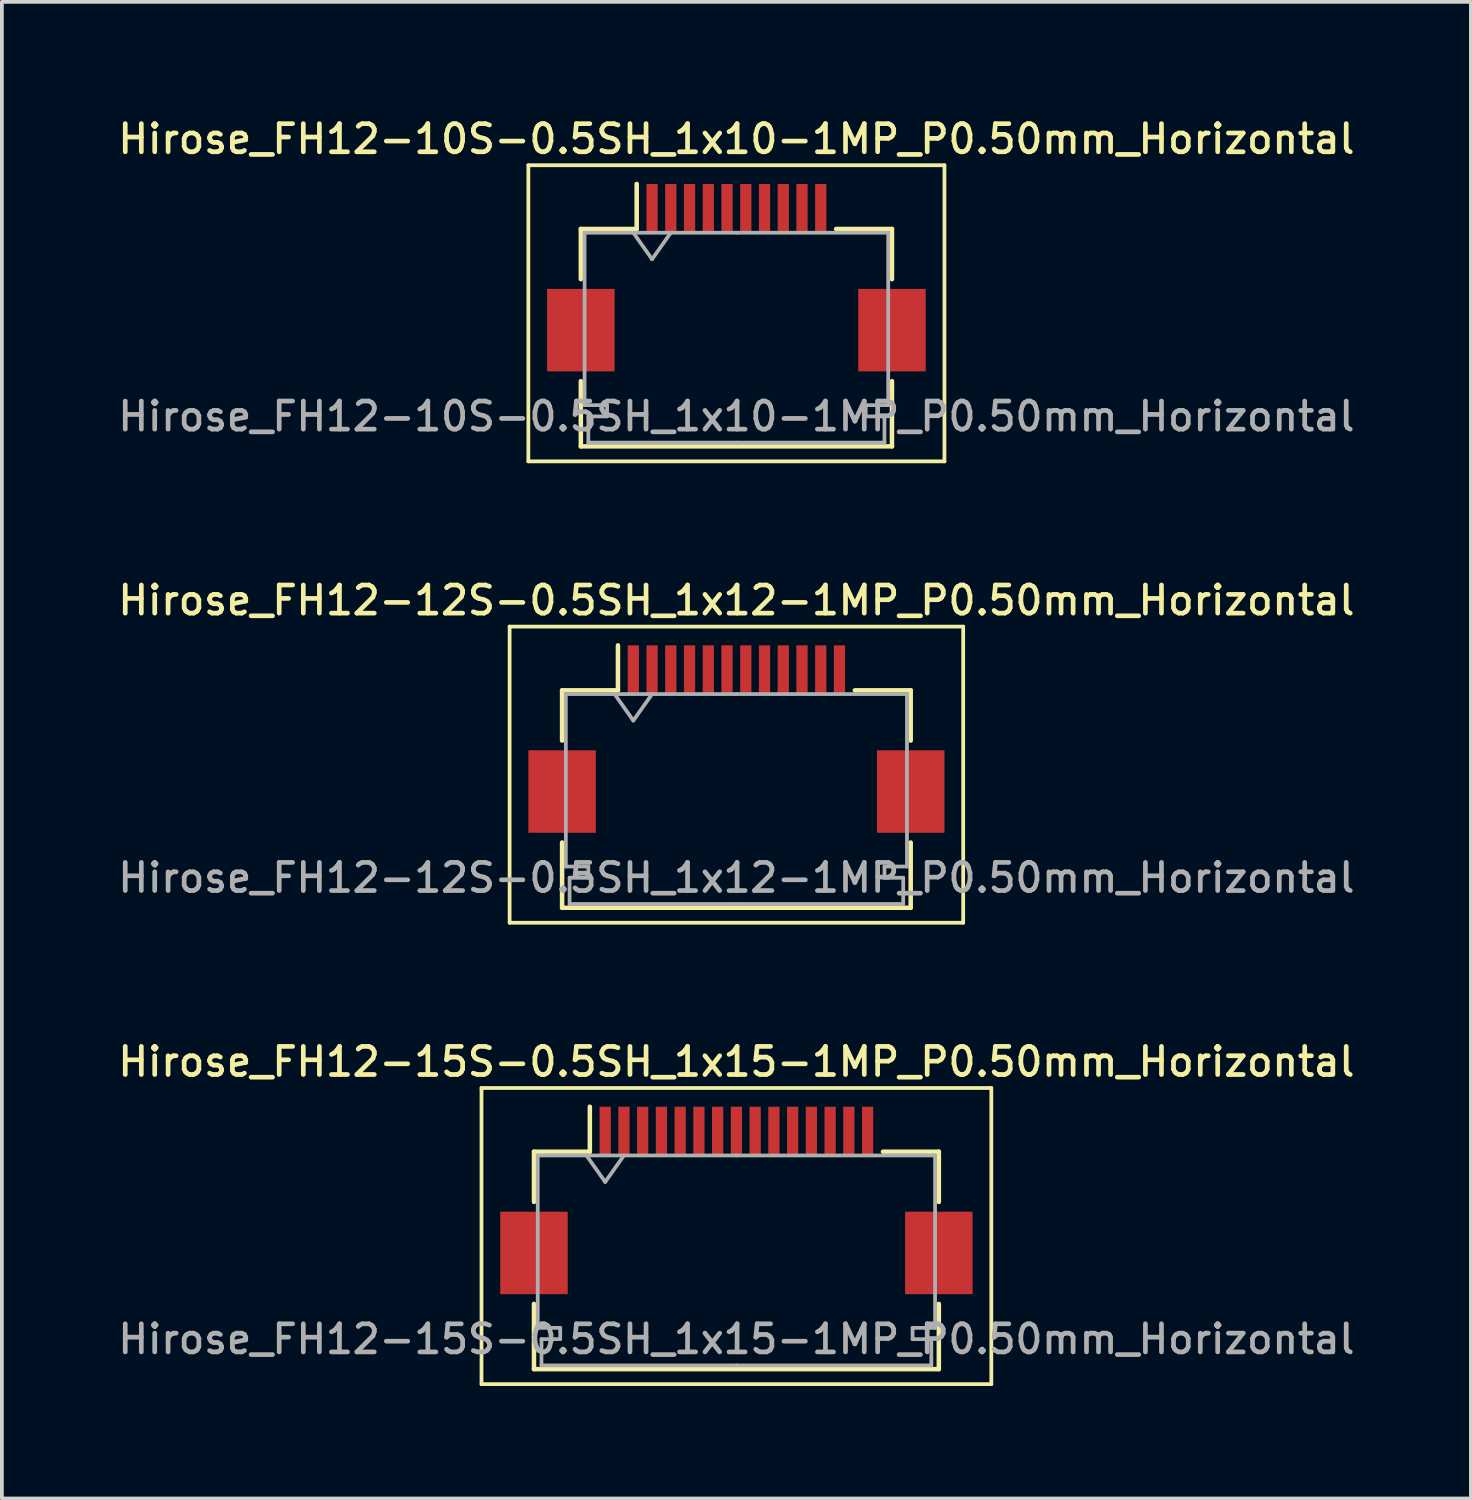
<source format=kicad_pcb>
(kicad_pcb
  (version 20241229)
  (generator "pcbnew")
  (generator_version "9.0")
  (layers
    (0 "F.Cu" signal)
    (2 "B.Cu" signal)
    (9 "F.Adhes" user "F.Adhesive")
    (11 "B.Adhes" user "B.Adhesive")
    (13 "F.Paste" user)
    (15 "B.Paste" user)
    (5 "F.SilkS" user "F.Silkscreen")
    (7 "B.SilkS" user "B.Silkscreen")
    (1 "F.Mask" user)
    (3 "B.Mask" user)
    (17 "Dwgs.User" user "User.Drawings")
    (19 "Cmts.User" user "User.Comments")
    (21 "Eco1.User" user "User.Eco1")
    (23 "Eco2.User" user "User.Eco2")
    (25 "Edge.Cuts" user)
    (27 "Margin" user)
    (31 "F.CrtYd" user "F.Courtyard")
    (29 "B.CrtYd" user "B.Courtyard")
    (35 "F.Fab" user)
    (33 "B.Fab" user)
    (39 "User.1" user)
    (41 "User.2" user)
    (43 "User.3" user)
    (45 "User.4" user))
  (footprint "Hirose_FH12-10S-0.5SH_1x10-1MP_P0.50mm_Horizontal"
    (layer "F.Cu")
    (at 16.595 4.358)
    (property "Reference" "Hirose_FH12-10S-0.5SH_1x10-1MP_P0.50mm_Horizontal" (at 0 -3.7 0) (layer "F.SilkS") (effects (font (size 0.75 0.75) (thickness 0.125))))
    (attr smd)
    (fp_line (start -5.55 -3) (end -5.55 4.9) (stroke (width 0.1) (type solid)) (layer "F.SilkS"))
    (fp_line (start -5.55 4.9) (end 5.55 4.9) (stroke (width 0.1) (type solid)) (layer "F.SilkS"))
    (fp_line (start -4.15 -1.3) (end -4.15 0.04) (stroke (width 0.12) (type solid)) (layer "F.SilkS"))
    (fp_line (start -4.15 2.76) (end -4.15 4.5) (stroke (width 0.12) (type solid)) (layer "F.SilkS"))
    (fp_line (start -4.15 4.5) (end 4.15 4.5) (stroke (width 0.12) (type solid)) (layer "F.SilkS"))
    (fp_line (start -2.66 -1.3) (end -4.15 -1.3) (stroke (width 0.12) (type solid)) (layer "F.SilkS"))
    (fp_line (start -2.66 -1.3) (end -2.66 -2.5) (stroke (width 0.12) (type solid)) (layer "F.SilkS"))
    (fp_line (start 2.66 -1.3) (end 4.15 -1.3) (stroke (width 0.12) (type solid)) (layer "F.SilkS"))
    (fp_line (start 4.15 -1.3) (end 4.15 0.04) (stroke (width 0.12) (type solid)) (layer "F.SilkS"))
    (fp_line (start 4.15 4.5) (end 4.15 2.76) (stroke (width 0.12) (type solid)) (layer "F.SilkS"))
    (fp_line (start 5.55 -3) (end -5.55 -3) (stroke (width 0.1) (type solid)) (layer "F.SilkS"))
    (fp_line (start 5.55 4.9) (end 5.55 -3) (stroke (width 0.1) (type solid)) (layer "F.SilkS"))
    (fp_line (start -4.05 -1.2) (end -4.05 3.4) (stroke (width 0.1) (type solid)) (layer "F.Fab"))
    (fp_line (start -4.05 3.4) (end -3.45 3.4) (stroke (width 0.1) (type solid)) (layer "F.Fab"))
    (fp_line (start -3.95 3.7) (end -3.95 4.4) (stroke (width 0.1) (type solid)) (layer "F.Fab"))
    (fp_line (start -3.95 4.4) (end 0 4.4) (stroke (width 0.1) (type solid)) (layer "F.Fab"))
    (fp_line (start -3.45 3.4) (end -3.45 3.7) (stroke (width 0.1) (type solid)) (layer "F.Fab"))
    (fp_line (start -3.45 3.7) (end -3.95 3.7) (stroke (width 0.1) (type solid)) (layer "F.Fab"))
    (fp_line (start -2.75 -1.2) (end -2.25 -0.493) (stroke (width 0.1) (type solid)) (layer "F.Fab"))
    (fp_line (start -2.25 -0.493) (end -1.75 -1.2) (stroke (width 0.1) (type solid)) (layer "F.Fab"))
    (fp_line (start 0 -1.2) (end -4.05 -1.2) (stroke (width 0.1) (type solid)) (layer "F.Fab"))
    (fp_line (start 0 -1.2) (end 4.05 -1.2) (stroke (width 0.1) (type solid)) (layer "F.Fab"))
    (fp_line (start 3.45 3.4) (end 3.45 3.7) (stroke (width 0.1) (type solid)) (layer "F.Fab"))
    (fp_line (start 3.45 3.7) (end 3.95 3.7) (stroke (width 0.1) (type solid)) (layer "F.Fab"))
    (fp_line (start 3.95 3.7) (end 3.95 4.4) (stroke (width 0.1) (type solid)) (layer "F.Fab"))
    (fp_line (start 3.95 4.4) (end 0 4.4) (stroke (width 0.1) (type solid)) (layer "F.Fab"))
    (fp_line (start 4.05 -1.2) (end 4.05 3.4) (stroke (width 0.1) (type solid)) (layer "F.Fab"))
    (fp_line (start 4.05 3.4) (end 3.45 3.4) (stroke (width 0.1) (type solid)) (layer "F.Fab"))
    (fp_text user "${REFERENCE}" (at 0 3.7 0) (layer "F.Fab") (effects (font (size 0.75 0.75) (thickness 0.125))))
    (pad "1" smd rect (at -2.25 -1.85) (size 0.3 1.3) (layers "F.Cu" "F.Mask" "F.Paste"))
    (pad "2" smd rect (at -1.75 -1.85) (size 0.3 1.3) (layers "F.Cu" "F.Mask" "F.Paste"))
    (pad "3" smd rect (at -1.25 -1.85) (size 0.3 1.3) (layers "F.Cu" "F.Mask" "F.Paste"))
    (pad "4" smd rect (at -0.75 -1.85) (size 0.3 1.3) (layers "F.Cu" "F.Mask" "F.Paste"))
    (pad "5" smd rect (at -0.25 -1.85) (size 0.3 1.3) (layers "F.Cu" "F.Mask" "F.Paste"))
    (pad "6" smd rect (at 0.25 -1.85) (size 0.3 1.3) (layers "F.Cu" "F.Mask" "F.Paste"))
    (pad "7" smd rect (at 0.75 -1.85) (size 0.3 1.3) (layers "F.Cu" "F.Mask" "F.Paste"))
    (pad "8" smd rect (at 1.25 -1.85) (size 0.3 1.3) (layers "F.Cu" "F.Mask" "F.Paste"))
    (pad "9" smd rect (at 1.75 -1.85) (size 0.3 1.3) (layers "F.Cu" "F.Mask" "F.Paste"))
    (pad "10" smd rect (at 2.25 -1.85) (size 0.3 1.3) (layers "F.Cu" "F.Mask" "F.Paste"))
    (pad "MP" smd rect (at -4.15 1.4) (size 1.8 2.2) (layers "F.Cu" "F.Mask" "F.Paste"))
    (pad "MP" smd rect (at 4.15 1.4) (size 1.8 2.2) (layers "F.Cu" "F.Mask" "F.Paste")))
  (footprint "Hirose_FH12-12S-0.5SH_1x12-1MP_P0.50mm_Horizontal"
    (layer "F.Cu")
    (at 16.595 16.666)
    (property "Reference" "Hirose_FH12-12S-0.5SH_1x12-1MP_P0.50mm_Horizontal" (at 0 -3.7 0) (layer "F.SilkS") (effects (font (size 0.75 0.75) (thickness 0.125))))
    (attr smd)
    (fp_line (start -6.05 -3) (end -6.05 4.9) (stroke (width 0.1) (type solid)) (layer "F.SilkS"))
    (fp_line (start -6.05 4.9) (end 6.05 4.9) (stroke (width 0.1) (type solid)) (layer "F.SilkS"))
    (fp_line (start -4.65 -1.3) (end -4.65 0.04) (stroke (width 0.12) (type solid)) (layer "F.SilkS"))
    (fp_line (start -4.65 2.76) (end -4.65 4.5) (stroke (width 0.12) (type solid)) (layer "F.SilkS"))
    (fp_line (start -4.65 4.5) (end 4.65 4.5) (stroke (width 0.12) (type solid)) (layer "F.SilkS"))
    (fp_line (start -3.16 -1.3) (end -4.65 -1.3) (stroke (width 0.12) (type solid)) (layer "F.SilkS"))
    (fp_line (start -3.16 -1.3) (end -3.16 -2.5) (stroke (width 0.12) (type solid)) (layer "F.SilkS"))
    (fp_line (start 3.16 -1.3) (end 4.65 -1.3) (stroke (width 0.12) (type solid)) (layer "F.SilkS"))
    (fp_line (start 4.65 -1.3) (end 4.65 0.04) (stroke (width 0.12) (type solid)) (layer "F.SilkS"))
    (fp_line (start 4.65 4.5) (end 4.65 2.76) (stroke (width 0.12) (type solid)) (layer "F.SilkS"))
    (fp_line (start 6.05 -3) (end -6.05 -3) (stroke (width 0.1) (type solid)) (layer "F.SilkS"))
    (fp_line (start 6.05 4.9) (end 6.05 -3) (stroke (width 0.1) (type solid)) (layer "F.SilkS"))
    (fp_line (start -4.55 -1.2) (end -4.55 3.4) (stroke (width 0.1) (type solid)) (layer "F.Fab"))
    (fp_line (start -4.55 3.4) (end -3.95 3.4) (stroke (width 0.1) (type solid)) (layer "F.Fab"))
    (fp_line (start -4.45 3.7) (end -4.45 4.4) (stroke (width 0.1) (type solid)) (layer "F.Fab"))
    (fp_line (start -4.45 4.4) (end 0 4.4) (stroke (width 0.1) (type solid)) (layer "F.Fab"))
    (fp_line (start -3.95 3.4) (end -3.95 3.7) (stroke (width 0.1) (type solid)) (layer "F.Fab"))
    (fp_line (start -3.95 3.7) (end -4.45 3.7) (stroke (width 0.1) (type solid)) (layer "F.Fab"))
    (fp_line (start -3.25 -1.2) (end -2.75 -0.493) (stroke (width 0.1) (type solid)) (layer "F.Fab"))
    (fp_line (start -2.75 -0.493) (end -2.25 -1.2) (stroke (width 0.1) (type solid)) (layer "F.Fab"))
    (fp_line (start 0 -1.2) (end -4.55 -1.2) (stroke (width 0.1) (type solid)) (layer "F.Fab"))
    (fp_line (start 0 -1.2) (end 4.55 -1.2) (stroke (width 0.1) (type solid)) (layer "F.Fab"))
    (fp_line (start 3.95 3.4) (end 3.95 3.7) (stroke (width 0.1) (type solid)) (layer "F.Fab"))
    (fp_line (start 3.95 3.7) (end 4.45 3.7) (stroke (width 0.1) (type solid)) (layer "F.Fab"))
    (fp_line (start 4.45 3.7) (end 4.45 4.4) (stroke (width 0.1) (type solid)) (layer "F.Fab"))
    (fp_line (start 4.45 4.4) (end 0 4.4) (stroke (width 0.1) (type solid)) (layer "F.Fab"))
    (fp_line (start 4.55 -1.2) (end 4.55 3.4) (stroke (width 0.1) (type solid)) (layer "F.Fab"))
    (fp_line (start 4.55 3.4) (end 3.95 3.4) (stroke (width 0.1) (type solid)) (layer "F.Fab"))
    (fp_text user "${REFERENCE}" (at 0 3.7 0) (layer "F.Fab") (effects (font (size 0.75 0.75) (thickness 0.125))))
    (pad "1" smd rect (at -2.75 -1.85) (size 0.3 1.3) (layers "F.Cu" "F.Mask" "F.Paste"))
    (pad "2" smd rect (at -2.25 -1.85) (size 0.3 1.3) (layers "F.Cu" "F.Mask" "F.Paste"))
    (pad "3" smd rect (at -1.75 -1.85) (size 0.3 1.3) (layers "F.Cu" "F.Mask" "F.Paste"))
    (pad "4" smd rect (at -1.25 -1.85) (size 0.3 1.3) (layers "F.Cu" "F.Mask" "F.Paste"))
    (pad "5" smd rect (at -0.75 -1.85) (size 0.3 1.3) (layers "F.Cu" "F.Mask" "F.Paste"))
    (pad "6" smd rect (at -0.25 -1.85) (size 0.3 1.3) (layers "F.Cu" "F.Mask" "F.Paste"))
    (pad "7" smd rect (at 0.25 -1.85) (size 0.3 1.3) (layers "F.Cu" "F.Mask" "F.Paste"))
    (pad "8" smd rect (at 0.75 -1.85) (size 0.3 1.3) (layers "F.Cu" "F.Mask" "F.Paste"))
    (pad "9" smd rect (at 1.25 -1.85) (size 0.3 1.3) (layers "F.Cu" "F.Mask" "F.Paste"))
    (pad "10" smd rect (at 1.75 -1.85) (size 0.3 1.3) (layers "F.Cu" "F.Mask" "F.Paste"))
    (pad "11" smd rect (at 2.25 -1.85) (size 0.3 1.3) (layers "F.Cu" "F.Mask" "F.Paste"))
    (pad "12" smd rect (at 2.75 -1.85) (size 0.3 1.3) (layers "F.Cu" "F.Mask" "F.Paste"))
    (pad "MP" smd rect (at -4.65 1.4) (size 1.8 2.2) (layers "F.Cu" "F.Mask" "F.Paste"))
    (pad "MP" smd rect (at 4.65 1.4) (size 1.8 2.2) (layers "F.Cu" "F.Mask" "F.Paste")))
  (footprint "Hirose_FH12-15S-0.5SH_1x15-1MP_P0.50mm_Horizontal"
    (layer "F.Cu")
    (at 16.595 28.974)
    (property "Reference" "Hirose_FH12-15S-0.5SH_1x15-1MP_P0.50mm_Horizontal" (at 0 -3.7 0) (layer "F.SilkS") (effects (font (size 0.75 0.75) (thickness 0.125))))
    (attr smd)
    (fp_line (start -6.8 -3) (end -6.8 4.9) (stroke (width 0.1) (type solid)) (layer "F.SilkS"))
    (fp_line (start -6.8 4.9) (end 6.8 4.9) (stroke (width 0.1) (type solid)) (layer "F.SilkS"))
    (fp_line (start -5.4 -1.3) (end -5.4 0.04) (stroke (width 0.12) (type solid)) (layer "F.SilkS"))
    (fp_line (start -5.4 2.76) (end -5.4 4.5) (stroke (width 0.12) (type solid)) (layer "F.SilkS"))
    (fp_line (start -5.4 4.5) (end 5.4 4.5) (stroke (width 0.12) (type solid)) (layer "F.SilkS"))
    (fp_line (start -3.91 -1.3) (end -5.4 -1.3) (stroke (width 0.12) (type solid)) (layer "F.SilkS"))
    (fp_line (start -3.91 -1.3) (end -3.91 -2.5) (stroke (width 0.12) (type solid)) (layer "F.SilkS"))
    (fp_line (start 3.91 -1.3) (end 5.4 -1.3) (stroke (width 0.12) (type solid)) (layer "F.SilkS"))
    (fp_line (start 5.4 -1.3) (end 5.4 0.04) (stroke (width 0.12) (type solid)) (layer "F.SilkS"))
    (fp_line (start 5.4 4.5) (end 5.4 2.76) (stroke (width 0.12) (type solid)) (layer "F.SilkS"))
    (fp_line (start 6.8 -3) (end -6.8 -3) (stroke (width 0.1) (type solid)) (layer "F.SilkS"))
    (fp_line (start 6.8 4.9) (end 6.8 -3) (stroke (width 0.1) (type solid)) (layer "F.SilkS"))
    (fp_line (start -5.3 -1.2) (end -5.3 3.4) (stroke (width 0.1) (type solid)) (layer "F.Fab"))
    (fp_line (start -5.3 3.4) (end -4.7 3.4) (stroke (width 0.1) (type solid)) (layer "F.Fab"))
    (fp_line (start -5.2 3.7) (end -5.2 4.4) (stroke (width 0.1) (type solid)) (layer "F.Fab"))
    (fp_line (start -5.2 4.4) (end 0 4.4) (stroke (width 0.1) (type solid)) (layer "F.Fab"))
    (fp_line (start -4.7 3.4) (end -4.7 3.7) (stroke (width 0.1) (type solid)) (layer "F.Fab"))
    (fp_line (start -4.7 3.7) (end -5.2 3.7) (stroke (width 0.1) (type solid)) (layer "F.Fab"))
    (fp_line (start -4 -1.2) (end -3.5 -0.493) (stroke (width 0.1) (type solid)) (layer "F.Fab"))
    (fp_line (start -3.5 -0.493) (end -3 -1.2) (stroke (width 0.1) (type solid)) (layer "F.Fab"))
    (fp_line (start 0 -1.2) (end -5.3 -1.2) (stroke (width 0.1) (type solid)) (layer "F.Fab"))
    (fp_line (start 0 -1.2) (end 5.3 -1.2) (stroke (width 0.1) (type solid)) (layer "F.Fab"))
    (fp_line (start 4.7 3.4) (end 4.7 3.7) (stroke (width 0.1) (type solid)) (layer "F.Fab"))
    (fp_line (start 4.7 3.7) (end 5.2 3.7) (stroke (width 0.1) (type solid)) (layer "F.Fab"))
    (fp_line (start 5.2 3.7) (end 5.2 4.4) (stroke (width 0.1) (type solid)) (layer "F.Fab"))
    (fp_line (start 5.2 4.4) (end 0 4.4) (stroke (width 0.1) (type solid)) (layer "F.Fab"))
    (fp_line (start 5.3 -1.2) (end 5.3 3.4) (stroke (width 0.1) (type solid)) (layer "F.Fab"))
    (fp_line (start 5.3 3.4) (end 4.7 3.4) (stroke (width 0.1) (type solid)) (layer "F.Fab"))
    (fp_text user "${REFERENCE}" (at 0 3.7 0) (layer "F.Fab") (effects (font (size 0.75 0.75) (thickness 0.125))))
    (pad "1" smd rect (at -3.5 -1.85) (size 0.3 1.3) (layers "F.Cu" "F.Mask" "F.Paste"))
    (pad "2" smd rect (at -3 -1.85) (size 0.3 1.3) (layers "F.Cu" "F.Mask" "F.Paste"))
    (pad "3" smd rect (at -2.5 -1.85) (size 0.3 1.3) (layers "F.Cu" "F.Mask" "F.Paste"))
    (pad "4" smd rect (at -2 -1.85) (size 0.3 1.3) (layers "F.Cu" "F.Mask" "F.Paste"))
    (pad "5" smd rect (at -1.5 -1.85) (size 0.3 1.3) (layers "F.Cu" "F.Mask" "F.Paste"))
    (pad "6" smd rect (at -1 -1.85) (size 0.3 1.3) (layers "F.Cu" "F.Mask" "F.Paste"))
    (pad "7" smd rect (at -0.5 -1.85) (size 0.3 1.3) (layers "F.Cu" "F.Mask" "F.Paste"))
    (pad "8" smd rect (at 0 -1.85) (size 0.3 1.3) (layers "F.Cu" "F.Mask" "F.Paste"))
    (pad "9" smd rect (at 0.5 -1.85) (size 0.3 1.3) (layers "F.Cu" "F.Mask" "F.Paste"))
    (pad "10" smd rect (at 1 -1.85) (size 0.3 1.3) (layers "F.Cu" "F.Mask" "F.Paste"))
    (pad "11" smd rect (at 1.5 -1.85) (size 0.3 1.3) (layers "F.Cu" "F.Mask" "F.Paste"))
    (pad "12" smd rect (at 2 -1.85) (size 0.3 1.3) (layers "F.Cu" "F.Mask" "F.Paste"))
    (pad "13" smd rect (at 2.5 -1.85) (size 0.3 1.3) (layers "F.Cu" "F.Mask" "F.Paste"))
    (pad "14" smd rect (at 3 -1.85) (size 0.3 1.3) (layers "F.Cu" "F.Mask" "F.Paste"))
    (pad "15" smd rect (at 3.5 -1.85) (size 0.3 1.3) (layers "F.Cu" "F.Mask" "F.Paste"))
    (pad "MP" smd rect (at -5.4 1.4) (size 1.8 2.2) (layers "F.Cu" "F.Mask" "F.Paste"))
    (pad "MP" smd rect (at 5.4 1.4) (size 1.8 2.2) (layers "F.Cu" "F.Mask" "F.Paste")))
  (gr_rect
    (start -3 -3)
    (end 36.189 36.924)
    (stroke (width 0.1) (type default))
    (fill no)
    (layer "Edge.Cuts")))
</source>
